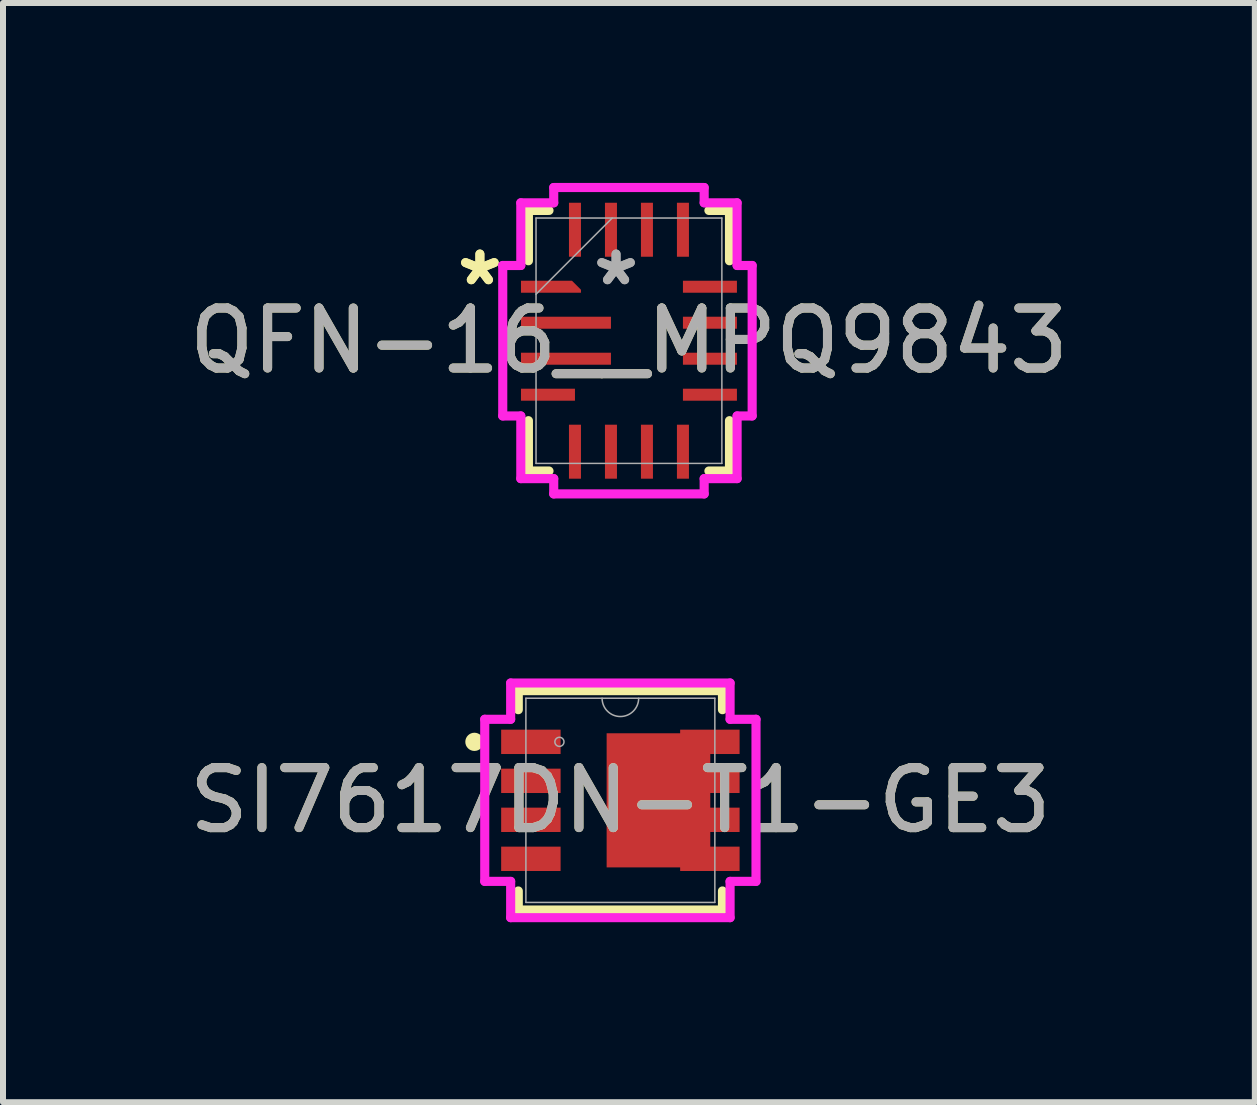
<source format=kicad_pcb>
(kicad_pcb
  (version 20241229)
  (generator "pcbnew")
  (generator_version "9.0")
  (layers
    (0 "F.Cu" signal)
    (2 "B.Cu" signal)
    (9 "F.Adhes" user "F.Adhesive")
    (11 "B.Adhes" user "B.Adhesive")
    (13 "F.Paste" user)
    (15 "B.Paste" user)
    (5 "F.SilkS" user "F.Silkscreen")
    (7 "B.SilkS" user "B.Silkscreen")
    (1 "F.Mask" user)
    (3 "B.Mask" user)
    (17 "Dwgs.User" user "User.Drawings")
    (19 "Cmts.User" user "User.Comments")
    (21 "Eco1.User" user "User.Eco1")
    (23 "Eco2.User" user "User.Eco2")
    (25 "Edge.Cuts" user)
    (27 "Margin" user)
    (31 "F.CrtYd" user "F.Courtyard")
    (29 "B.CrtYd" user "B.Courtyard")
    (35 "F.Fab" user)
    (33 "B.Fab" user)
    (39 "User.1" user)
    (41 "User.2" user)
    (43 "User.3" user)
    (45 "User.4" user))
  (footprint "QFN-16__MPQ9843"
    (layer "F.Cu")
    (at 7.435 2.63)
    (property "Reference" "QFN-16__MPQ9843" (at 0 0 0) (unlocked yes) (layer "F.SilkS") (effects (font (size 1 1) (thickness 0.15))))
    (attr smd)
    (fp_poly (pts (xy -1.8 -1) (xy -1.8 -0.8) (xy -0.8 -0.8) (xy -0.8 -0.85) (xy -0.95 -1)) (stroke (width 0) (type solid)) (fill yes) (layer "F.Cu"))
    (fp_poly (pts (xy -1.8 -1) (xy -1.8 -0.8) (xy -0.8 -0.8) (xy -0.8 -0.85) (xy -0.95 -1)) (stroke (width 0) (type solid)) (fill yes) (layer "F.Mask"))
    (fp_line (start -1.676 -2.172) (end -1.676 -1.333) (stroke (width 0.152) (type solid)) (layer "F.SilkS"))
    (fp_line (start -1.676 1.333) (end -1.676 2.172) (stroke (width 0.152) (type solid)) (layer "F.SilkS"))
    (fp_line (start -1.676 2.172) (end -1.333 2.172) (stroke (width 0.152) (type solid)) (layer "F.SilkS"))
    (fp_line (start -1.333 -2.172) (end -1.676 -2.172) (stroke (width 0.152) (type solid)) (layer "F.SilkS"))
    (fp_line (start 1.333 2.172) (end 1.676 2.172) (stroke (width 0.152) (type solid)) (layer "F.SilkS"))
    (fp_line (start 1.676 -2.172) (end 1.333 -2.172) (stroke (width 0.152) (type solid)) (layer "F.SilkS"))
    (fp_line (start 1.676 -1.333) (end 1.676 -2.172) (stroke (width 0.152) (type solid)) (layer "F.SilkS"))
    (fp_line (start 1.676 2.172) (end 1.676 1.333) (stroke (width 0.152) (type solid)) (layer "F.SilkS"))
    (fp_poly (pts (xy -1.8 -1) (xy -1.8 -0.8) (xy -0.8 -0.8) (xy -0.8 -0.85) (xy -0.95 -1)) (stroke (width 0) (type solid)) (fill yes) (layer "F.Paste"))
    (fp_line (start -2.104 -1.254) (end -1.803 -1.254) (stroke (width 0.152) (type solid)) (layer "F.CrtYd"))
    (fp_line (start -2.104 1.254) (end -2.104 -1.254) (stroke (width 0.152) (type solid)) (layer "F.CrtYd"))
    (fp_line (start -1.803 -2.299) (end -1.254 -2.299) (stroke (width 0.152) (type solid)) (layer "F.CrtYd"))
    (fp_line (start -1.803 -1.254) (end -1.803 -2.299) (stroke (width 0.152) (type solid)) (layer "F.CrtYd"))
    (fp_line (start -1.803 1.254) (end -2.104 1.254) (stroke (width 0.152) (type solid)) (layer "F.CrtYd"))
    (fp_line (start -1.803 2.299) (end -1.803 1.254) (stroke (width 0.152) (type solid)) (layer "F.CrtYd"))
    (fp_line (start -1.254 -2.554) (end 1.254 -2.554) (stroke (width 0.152) (type solid)) (layer "F.CrtYd"))
    (fp_line (start -1.254 -2.299) (end -1.254 -2.554) (stroke (width 0.152) (type solid)) (layer "F.CrtYd"))
    (fp_line (start -1.254 2.299) (end -1.803 2.299) (stroke (width 0.152) (type solid)) (layer "F.CrtYd"))
    (fp_line (start -1.254 2.554) (end -1.254 2.299) (stroke (width 0.152) (type solid)) (layer "F.CrtYd"))
    (fp_line (start 1.254 -2.554) (end 1.254 -2.299) (stroke (width 0.152) (type solid)) (layer "F.CrtYd"))
    (fp_line (start 1.254 -2.299) (end 1.803 -2.299) (stroke (width 0.152) (type solid)) (layer "F.CrtYd"))
    (fp_line (start 1.254 2.299) (end 1.254 2.554) (stroke (width 0.152) (type solid)) (layer "F.CrtYd"))
    (fp_line (start 1.254 2.554) (end -1.254 2.554) (stroke (width 0.152) (type solid)) (layer "F.CrtYd"))
    (fp_line (start 1.803 -2.299) (end 1.803 -1.254) (stroke (width 0.152) (type solid)) (layer "F.CrtYd"))
    (fp_line (start 1.803 -1.254) (end 2.054 -1.254) (stroke (width 0.152) (type solid)) (layer "F.CrtYd"))
    (fp_line (start 1.803 1.254) (end 1.803 2.299) (stroke (width 0.152) (type solid)) (layer "F.CrtYd"))
    (fp_line (start 1.803 2.299) (end 1.254 2.299) (stroke (width 0.152) (type solid)) (layer "F.CrtYd"))
    (fp_line (start 2.054 -1.254) (end 2.054 1.254) (stroke (width 0.152) (type solid)) (layer "F.CrtYd"))
    (fp_line (start 2.054 1.254) (end 1.803 1.254) (stroke (width 0.152) (type solid)) (layer "F.CrtYd"))
    (fp_line (start -1.549 -2.045) (end -1.549 2.045) (stroke (width 0.025) (type solid)) (layer "F.Fab"))
    (fp_line (start -1.549 -0.775) (end -0.279 -2.045) (stroke (width 0.025) (type solid)) (layer "F.Fab"))
    (fp_line (start -1.549 2.045) (end 1.549 2.045) (stroke (width 0.025) (type solid)) (layer "F.Fab"))
    (fp_line (start 1.549 -2.045) (end -1.549 -2.045) (stroke (width 0.025) (type solid)) (layer "F.Fab"))
    (fp_line (start 1.549 2.045) (end 1.549 -2.045) (stroke (width 0.025) (type solid)) (layer "F.Fab"))
    (fp_text user "*" (at -2.485 -0.9 0) (unlocked yes) (layer "F.SilkS") (effects (font (size 1 1) (thickness 0.15))))
    (fp_text user "*" (at -2.485 -0.9 0) (layer "F.SilkS") (effects (font (size 1 1) (thickness 0.15))))
    (fp_text user "*" (at -0.215 -0.9 0) (unlocked yes) (layer "F.Fab") (effects (font (size 1 1) (thickness 0.15))))
    (fp_text user "*" (at -0.215 -0.9 0) (layer "F.Fab") (effects (font (size 1 1) (thickness 0.15))))
    (fp_text user "${REFERENCE}" (at 0 0 0) (unlocked yes) (layer "F.Fab") (effects (font (size 1 1) (thickness 0.15))))
    (pad "1" smd rect (at -1.3 -0.9) (size 0.127 0.127) (layers "F.Cu" "F.Mask" "F.Paste"))
    (pad "2" smd rect (at -1.05 -0.3) (size 1.5 0.2) (layers "F.Cu" "F.Mask" "F.Paste"))
    (pad "3" smd rect (at -1.05 0.3) (size 1.5 0.2) (layers "F.Cu" "F.Mask" "F.Paste"))
    (pad "4" smd rect (at -1.35 0.9) (size 0.9 0.2) (layers "F.Cu" "F.Mask" "F.Paste"))
    (pad "5" smd rect (at -0.9 1.85 90) (size 0.9 0.2) (layers "F.Cu" "F.Mask" "F.Paste"))
    (pad "6" smd rect (at -0.3 1.85 90) (size 0.9 0.2) (layers "F.Cu" "F.Mask" "F.Paste"))
    (pad "7" smd rect (at 0.3 1.85 90) (size 0.9 0.2) (layers "F.Cu" "F.Mask" "F.Paste"))
    (pad "8" smd rect (at 0.9 1.85 90) (size 0.9 0.2) (layers "F.Cu" "F.Mask" "F.Paste"))
    (pad "9" smd rect (at 1.35 0.9) (size 0.9 0.2) (layers "F.Cu" "F.Mask" "F.Paste"))
    (pad "10" smd rect (at 1.35 0.3) (size 0.9 0.2) (layers "F.Cu" "F.Mask" "F.Paste"))
    (pad "11" smd rect (at 1.35 -0.3) (size 0.9 0.2) (layers "F.Cu" "F.Mask" "F.Paste"))
    (pad "12" smd rect (at 1.35 -0.9) (size 0.9 0.2) (layers "F.Cu" "F.Mask" "F.Paste"))
    (pad "13" smd rect (at 0.9 -1.85 90) (size 0.9 0.2) (layers "F.Cu" "F.Mask" "F.Paste"))
    (pad "14" smd rect (at 0.3 -1.85 90) (size 0.9 0.2) (layers "F.Cu" "F.Mask" "F.Paste"))
    (pad "15" smd rect (at -0.3 -1.85 90) (size 0.9 0.2) (layers "F.Cu" "F.Mask" "F.Paste"))
    (pad "16" smd rect (at -0.9 -1.85 90) (size 0.9 0.2) (layers "F.Cu" "F.Mask" "F.Paste")))
  (footprint "SI7617DN-T1-GE3"
    (layer "F.Cu")
    (at 7.292 10.292)
    (property "Reference" "SI7617DN-T1-GE3" (at 0 0 0) (unlocked yes) (layer "F.SilkS") (effects (font (size 1 1) (thickness 0.15))))
    (attr smd)
    (fp_poly (pts (xy 1.499 -1.118) (xy -0.229 -1.118) (xy -0.229 1.118) (xy 1.499 1.118)) (stroke (width 0) (type solid)) (fill yes) (layer "F.Cu"))
    (fp_poly (pts (xy 1.499 -1.118) (xy -0.229 -1.118) (xy -0.229 1.118) (xy 1.499 1.118)) (stroke (width 0) (type solid)) (fill yes) (layer "F.Mask"))
    (fp_line (start -1.702 -1.829) (end -1.702 -1.511) (stroke (width 0.152) (type solid)) (layer "F.SilkS"))
    (fp_line (start -1.702 1.511) (end -1.702 1.829) (stroke (width 0.152) (type solid)) (layer "F.SilkS"))
    (fp_line (start -1.702 1.829) (end 1.702 1.829) (stroke (width 0.152) (type solid)) (layer "F.SilkS"))
    (fp_line (start 1.702 -1.829) (end -1.702 -1.829) (stroke (width 0.152) (type solid)) (layer "F.SilkS"))
    (fp_line (start 1.702 -1.511) (end 1.702 -1.829) (stroke (width 0.152) (type solid)) (layer "F.SilkS"))
    (fp_line (start 1.702 1.829) (end 1.702 1.511) (stroke (width 0.152) (type solid)) (layer "F.SilkS"))
    (fp_circle (center -2.433 -0.975) (end -2.357 -0.975) (stroke (width 0.152) (type solid)) (fill no) (layer "F.SilkS"))
    (fp_poly (pts (xy -1.988 -1.178) (xy -1.988 -0.772) (xy -0.997 -0.772) (xy -0.997 -1.178)) (stroke (width 0) (type solid)) (fill yes) (layer "F.Paste"))
    (fp_poly (pts (xy -1.988 -0.528) (xy -1.988 -0.122) (xy -0.997 -0.122) (xy -0.997 -0.528)) (stroke (width 0) (type solid)) (fill yes) (layer "F.Paste"))
    (fp_poly (pts (xy -1.988 0.122) (xy -1.988 0.528) (xy -0.997 0.528) (xy -0.997 0.122)) (stroke (width 0) (type solid)) (fill yes) (layer "F.Paste"))
    (fp_poly (pts (xy -1.988 0.772) (xy -1.988 1.178) (xy -0.997 1.178) (xy -0.997 0.772)) (stroke (width 0) (type solid)) (fill yes) (layer "F.Paste"))
    (fp_poly (pts (xy 0.997 -1.178) (xy 0.997 -0.772) (xy 1.988 -0.772) (xy 1.988 -1.178)) (stroke (width 0) (type solid)) (fill yes) (layer "F.Paste"))
    (fp_poly (pts (xy 0.997 -0.528) (xy 0.997 -0.122) (xy 1.988 -0.122) (xy 1.988 -0.528)) (stroke (width 0) (type solid)) (fill yes) (layer "F.Paste"))
    (fp_poly (pts (xy 0.997 0.122) (xy 0.997 0.528) (xy 1.988 0.528) (xy 1.988 0.122)) (stroke (width 0) (type solid)) (fill yes) (layer "F.Paste"))
    (fp_poly (pts (xy 0.997 0.772) (xy 0.997 1.178) (xy 1.988 1.178) (xy 1.988 0.772)) (stroke (width 0) (type solid)) (fill yes) (layer "F.Paste"))
    (fp_line (start -2.261 -1.351) (end -1.829 -1.351) (stroke (width 0.152) (type solid)) (layer "F.CrtYd"))
    (fp_line (start -2.261 1.351) (end -2.261 -1.351) (stroke (width 0.152) (type solid)) (layer "F.CrtYd"))
    (fp_line (start -2.261 1.351) (end -1.829 1.351) (stroke (width 0.152) (type solid)) (layer "F.CrtYd"))
    (fp_line (start -1.829 -1.956) (end 1.829 -1.956) (stroke (width 0.152) (type solid)) (layer "F.CrtYd"))
    (fp_line (start -1.829 -1.351) (end -1.829 -1.956) (stroke (width 0.152) (type solid)) (layer "F.CrtYd"))
    (fp_line (start -1.829 1.956) (end -1.829 1.351) (stroke (width 0.152) (type solid)) (layer "F.CrtYd"))
    (fp_line (start 1.829 -1.956) (end 1.829 -1.351) (stroke (width 0.152) (type solid)) (layer "F.CrtYd"))
    (fp_line (start 1.829 1.351) (end 1.829 1.956) (stroke (width 0.152) (type solid)) (layer "F.CrtYd"))
    (fp_line (start 1.829 1.956) (end -1.829 1.956) (stroke (width 0.152) (type solid)) (layer "F.CrtYd"))
    (fp_line (start 2.261 -1.351) (end 1.829 -1.351) (stroke (width 0.152) (type solid)) (layer "F.CrtYd"))
    (fp_line (start 2.261 -1.351) (end 2.261 1.351) (stroke (width 0.152) (type solid)) (layer "F.CrtYd"))
    (fp_line (start 2.261 1.351) (end 1.829 1.351) (stroke (width 0.152) (type solid)) (layer "F.CrtYd"))
    (fp_line (start -1.575 -1.702) (end -1.575 1.702) (stroke (width 0.025) (type solid)) (layer "F.Fab"))
    (fp_line (start -1.575 1.702) (end 1.575 1.702) (stroke (width 0.025) (type solid)) (layer "F.Fab"))
    (fp_line (start 1.575 -1.702) (end -1.575 -1.702) (stroke (width 0.025) (type solid)) (layer "F.Fab"))
    (fp_line (start 1.575 1.702) (end 1.575 -1.702) (stroke (width 0.025) (type solid)) (layer "F.Fab"))
    (fp_arc (start 0.3048 -1.7018) (mid 0 -1.397) (end -0.3048 -1.7018) (stroke (width 0.0254) (type solid)) (layer "F.Fab"))
    (fp_circle (center -1.016 -0.975) (end -0.94 -0.975) (stroke (width 0.025) (type solid)) (fill no) (layer "F.Fab"))
    (fp_text user "${REFERENCE}" (at 0 0 0) (unlocked yes) (layer "F.Fab") (effects (font (size 1 1) (thickness 0.15))))
    (pad "1" smd rect (at -1.492 -0.975) (size 0.991 0.406) (layers "F.Cu" "F.Mask"))
    (pad "2" smd rect (at -1.492 -0.325) (size 0.991 0.406) (layers "F.Cu" "F.Mask"))
    (pad "3" smd rect (at -1.492 0.325) (size 0.991 0.406) (layers "F.Cu" "F.Mask"))
    (pad "4" smd rect (at -1.492 0.975) (size 0.991 0.406) (layers "F.Cu" "F.Mask"))
    (pad "5" smd rect (at 1.492 0.975) (size 0.991 0.406) (layers "F.Cu" "F.Mask"))
    (pad "6" smd rect (at 1.492 0.325) (size 0.991 0.406) (layers "F.Cu" "F.Mask"))
    (pad "7" smd rect (at 1.492 -0.325) (size 0.991 0.406) (layers "F.Cu" "F.Mask"))
    (pad "8" smd rect (at 1.492 -0.975) (size 0.991 0.406) (layers "F.Cu" "F.Mask")))
  (gr_rect
    (start -3 -3)
    (end 17.869 15.324)
    (stroke (width 0.1) (type default))
    (fill no)
    (layer "Edge.Cuts")))
</source>
